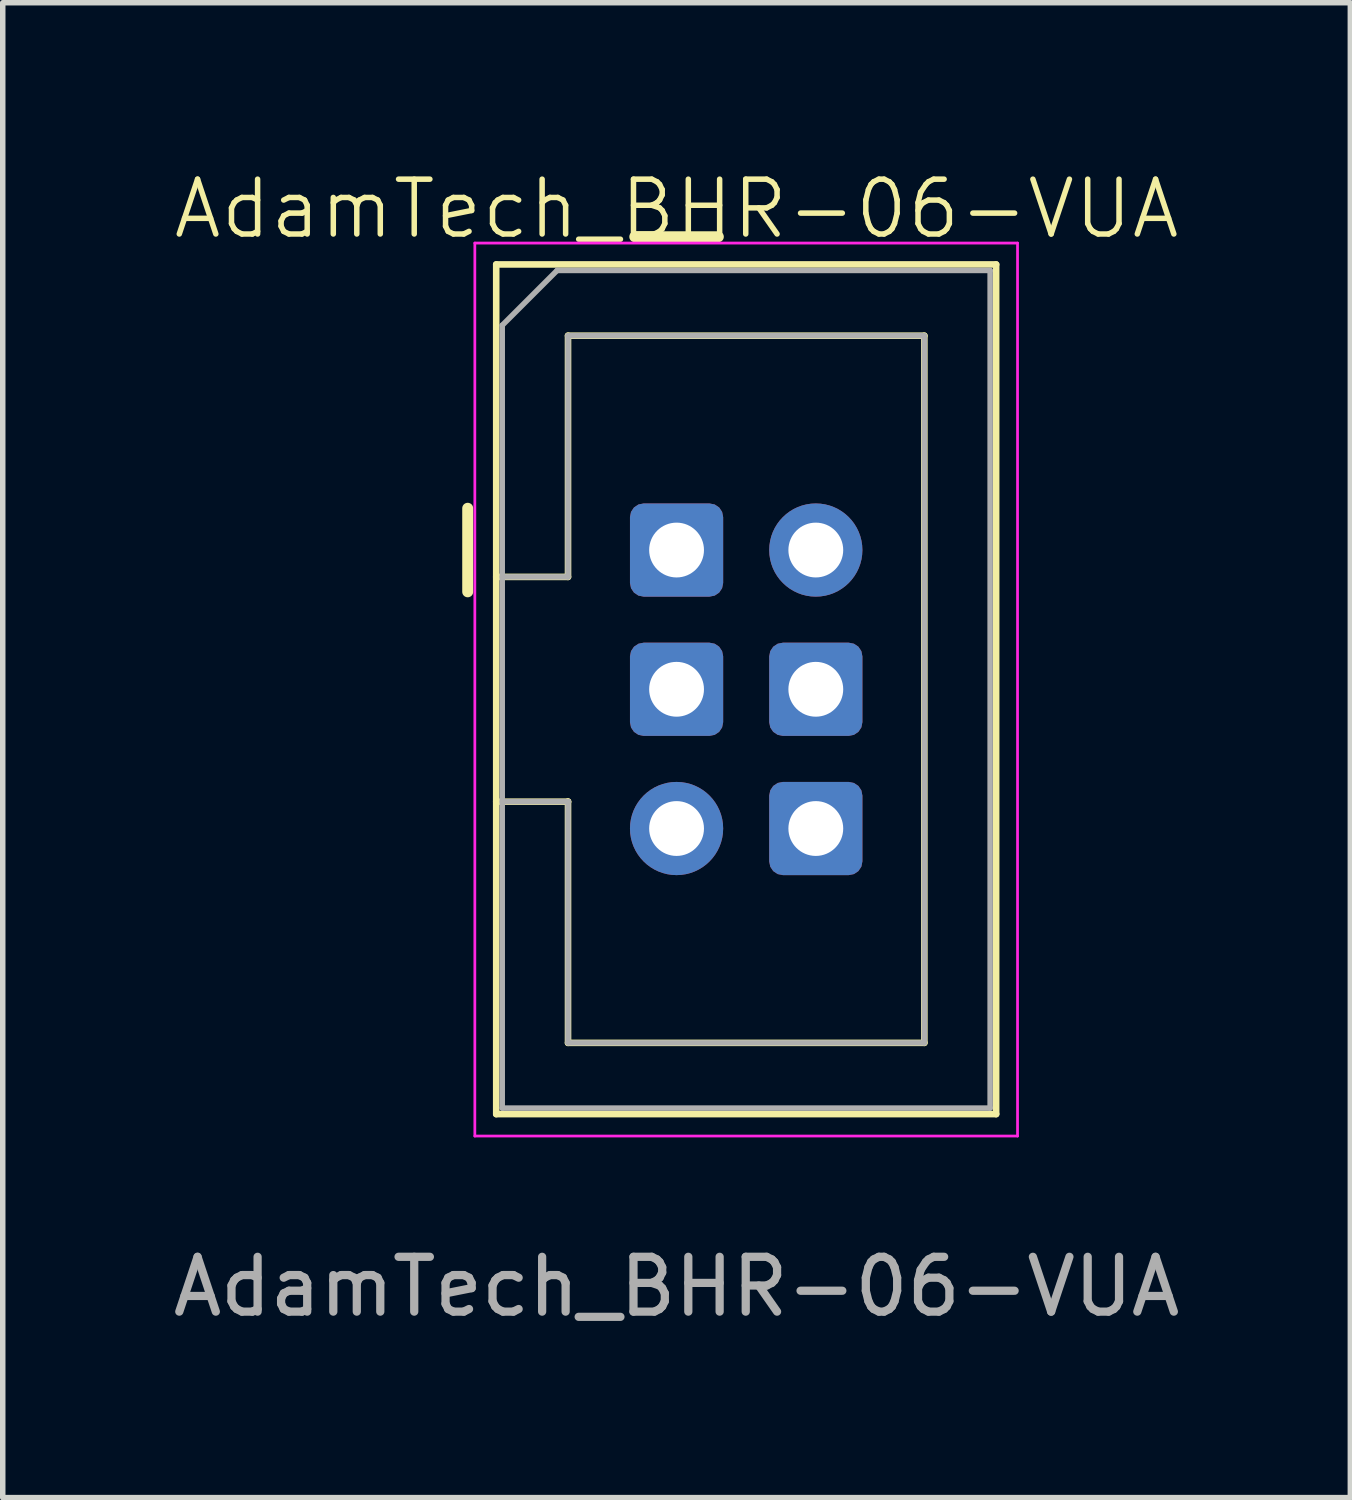
<source format=kicad_pcb>
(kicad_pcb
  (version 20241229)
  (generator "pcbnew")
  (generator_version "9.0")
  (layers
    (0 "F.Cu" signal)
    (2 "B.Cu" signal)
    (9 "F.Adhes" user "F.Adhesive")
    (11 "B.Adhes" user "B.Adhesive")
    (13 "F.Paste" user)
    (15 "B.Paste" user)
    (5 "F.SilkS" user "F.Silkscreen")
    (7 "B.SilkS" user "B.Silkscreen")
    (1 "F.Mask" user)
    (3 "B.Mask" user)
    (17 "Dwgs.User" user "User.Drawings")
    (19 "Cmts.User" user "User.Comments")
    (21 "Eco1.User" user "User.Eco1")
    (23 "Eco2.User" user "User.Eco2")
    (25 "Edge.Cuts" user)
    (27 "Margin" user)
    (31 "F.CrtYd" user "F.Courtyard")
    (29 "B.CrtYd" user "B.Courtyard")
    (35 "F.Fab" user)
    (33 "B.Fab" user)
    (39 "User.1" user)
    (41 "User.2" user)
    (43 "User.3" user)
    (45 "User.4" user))
  (footprint "AdamTech_BHR-06-VUA"
    (layer "F.Cu")
    (at 9.292 6.984)
    (property "Reference" "AdamTech_BHR-06-VUA" (at 0 -6.223 0) (unlocked yes) (layer "F.SilkS") (effects (font (size 1 1) (thickness 0.1))))
    (attr through_hole)
    (fp_line (start -3.81 0.762) (end -3.81 -0.762) (stroke (width 0.2) (type default)) (layer "F.SilkS"))
    (fp_line (start -3.29 -5.21) (end 5.83 -5.21) (stroke (width 0.12) (type solid)) (layer "F.SilkS"))
    (fp_line (start -3.29 0.49) (end -1.98 0.49) (stroke (width 0.12) (type solid)) (layer "F.SilkS"))
    (fp_line (start -3.29 10.29) (end -3.29 -5.21) (stroke (width 0.12) (type solid)) (layer "F.SilkS"))
    (fp_line (start -1.98 -3.91) (end 4.52 -3.91) (stroke (width 0.12) (type solid)) (layer "F.SilkS"))
    (fp_line (start -1.98 0.49) (end -1.98 -3.91) (stroke (width 0.12) (type solid)) (layer "F.SilkS"))
    (fp_line (start -1.98 4.59) (end -3.29 4.59) (stroke (width 0.12) (type solid)) (layer "F.SilkS"))
    (fp_line (start -1.98 4.59) (end -1.98 4.59) (stroke (width 0.12) (type solid)) (layer "F.SilkS"))
    (fp_line (start -1.98 8.99) (end -1.98 4.59) (stroke (width 0.12) (type solid)) (layer "F.SilkS"))
    (fp_line (start -0.762 -5.715) (end 0.762 -5.715) (stroke (width 0.2) (type default)) (layer "F.SilkS"))
    (fp_line (start 4.52 -3.91) (end 4.52 8.99) (stroke (width 0.12) (type solid)) (layer "F.SilkS"))
    (fp_line (start 4.52 8.99) (end -1.98 8.99) (stroke (width 0.12) (type solid)) (layer "F.SilkS"))
    (fp_line (start 5.83 -5.21) (end 5.83 10.29) (stroke (width 0.12) (type solid)) (layer "F.SilkS"))
    (fp_line (start 5.83 10.29) (end -3.29 10.29) (stroke (width 0.12) (type solid)) (layer "F.SilkS"))
    (fp_line (start -3.68 -5.6) (end -3.68 10.69) (stroke (width 0.05) (type solid)) (layer "F.CrtYd"))
    (fp_line (start -3.68 10.69) (end 6.22 10.69) (stroke (width 0.05) (type solid)) (layer "F.CrtYd"))
    (fp_line (start 6.22 -5.6) (end -3.68 -5.6) (stroke (width 0.05) (type solid)) (layer "F.CrtYd"))
    (fp_line (start 6.22 10.69) (end 6.22 -5.6) (stroke (width 0.05) (type solid)) (layer "F.CrtYd"))
    (fp_line (start -3.18 -4.1) (end -2.18 -5.1) (stroke (width 0.1) (type solid)) (layer "F.Fab"))
    (fp_line (start -3.18 0.49) (end -1.98 0.49) (stroke (width 0.1) (type solid)) (layer "F.Fab"))
    (fp_line (start -3.18 10.18) (end -3.18 -4.1) (stroke (width 0.1) (type solid)) (layer "F.Fab"))
    (fp_line (start -2.18 -5.1) (end 5.72 -5.1) (stroke (width 0.1) (type solid)) (layer "F.Fab"))
    (fp_line (start -1.98 -3.91) (end 4.52 -3.91) (stroke (width 0.1) (type solid)) (layer "F.Fab"))
    (fp_line (start -1.98 0.49) (end -1.98 -3.91) (stroke (width 0.1) (type solid)) (layer "F.Fab"))
    (fp_line (start -1.98 4.59) (end -3.18 4.59) (stroke (width 0.1) (type solid)) (layer "F.Fab"))
    (fp_line (start -1.98 4.59) (end -1.98 4.59) (stroke (width 0.1) (type solid)) (layer "F.Fab"))
    (fp_line (start -1.98 8.99) (end -1.98 4.59) (stroke (width 0.1) (type solid)) (layer "F.Fab"))
    (fp_line (start 4.52 -3.91) (end 4.52 8.99) (stroke (width 0.1) (type solid)) (layer "F.Fab"))
    (fp_line (start 4.52 8.99) (end -1.98 8.99) (stroke (width 0.1) (type solid)) (layer "F.Fab"))
    (fp_line (start 5.72 -5.1) (end 5.72 10.18) (stroke (width 0.1) (type solid)) (layer "F.Fab"))
    (fp_line (start 5.72 10.18) (end -3.18 10.18) (stroke (width 0.1) (type solid)) (layer "F.Fab"))
    (fp_text user "${REFERENCE}" (at 0 13.438 0) (unlocked yes) (layer "F.Fab") (effects (font (size 1 1) (thickness 0.15))))
    (pad "1" thru_hole roundrect (at 0 0) (size 1.7 1.7) (drill 1) (layers "*.Cu" "*.Mask") (roundrect_rratio 0.147))
    (pad "2" thru_hole circle (at 2.54 0) (size 1.7 1.7) (drill 1) (layers "*.Cu" "*.Mask"))
    (pad "3" thru_hole roundrect (at 0 2.54) (size 1.7 1.7) (drill 1) (layers "*.Cu" "*.Mask") (roundrect_rratio 0.147))
    (pad "4" thru_hole roundrect (at 2.54 2.54) (size 1.7 1.7) (drill 1) (layers "*.Cu" "*.Mask") (roundrect_rratio 0.147))
    (pad "5" thru_hole circle (at 0 5.08) (size 1.7 1.7) (drill 1) (layers "*.Cu" "*.Mask"))
    (pad "6" thru_hole roundrect (at 2.54 5.08) (size 1.7 1.7) (drill 1) (layers "*.Cu" "*.Mask") (roundrect_rratio 0.147)))
  (gr_rect
    (start -3 -3)
    (end 21.583 24.27)
    (stroke (width 0.1) (type default))
    (fill no)
    (layer "Edge.Cuts")))
</source>
